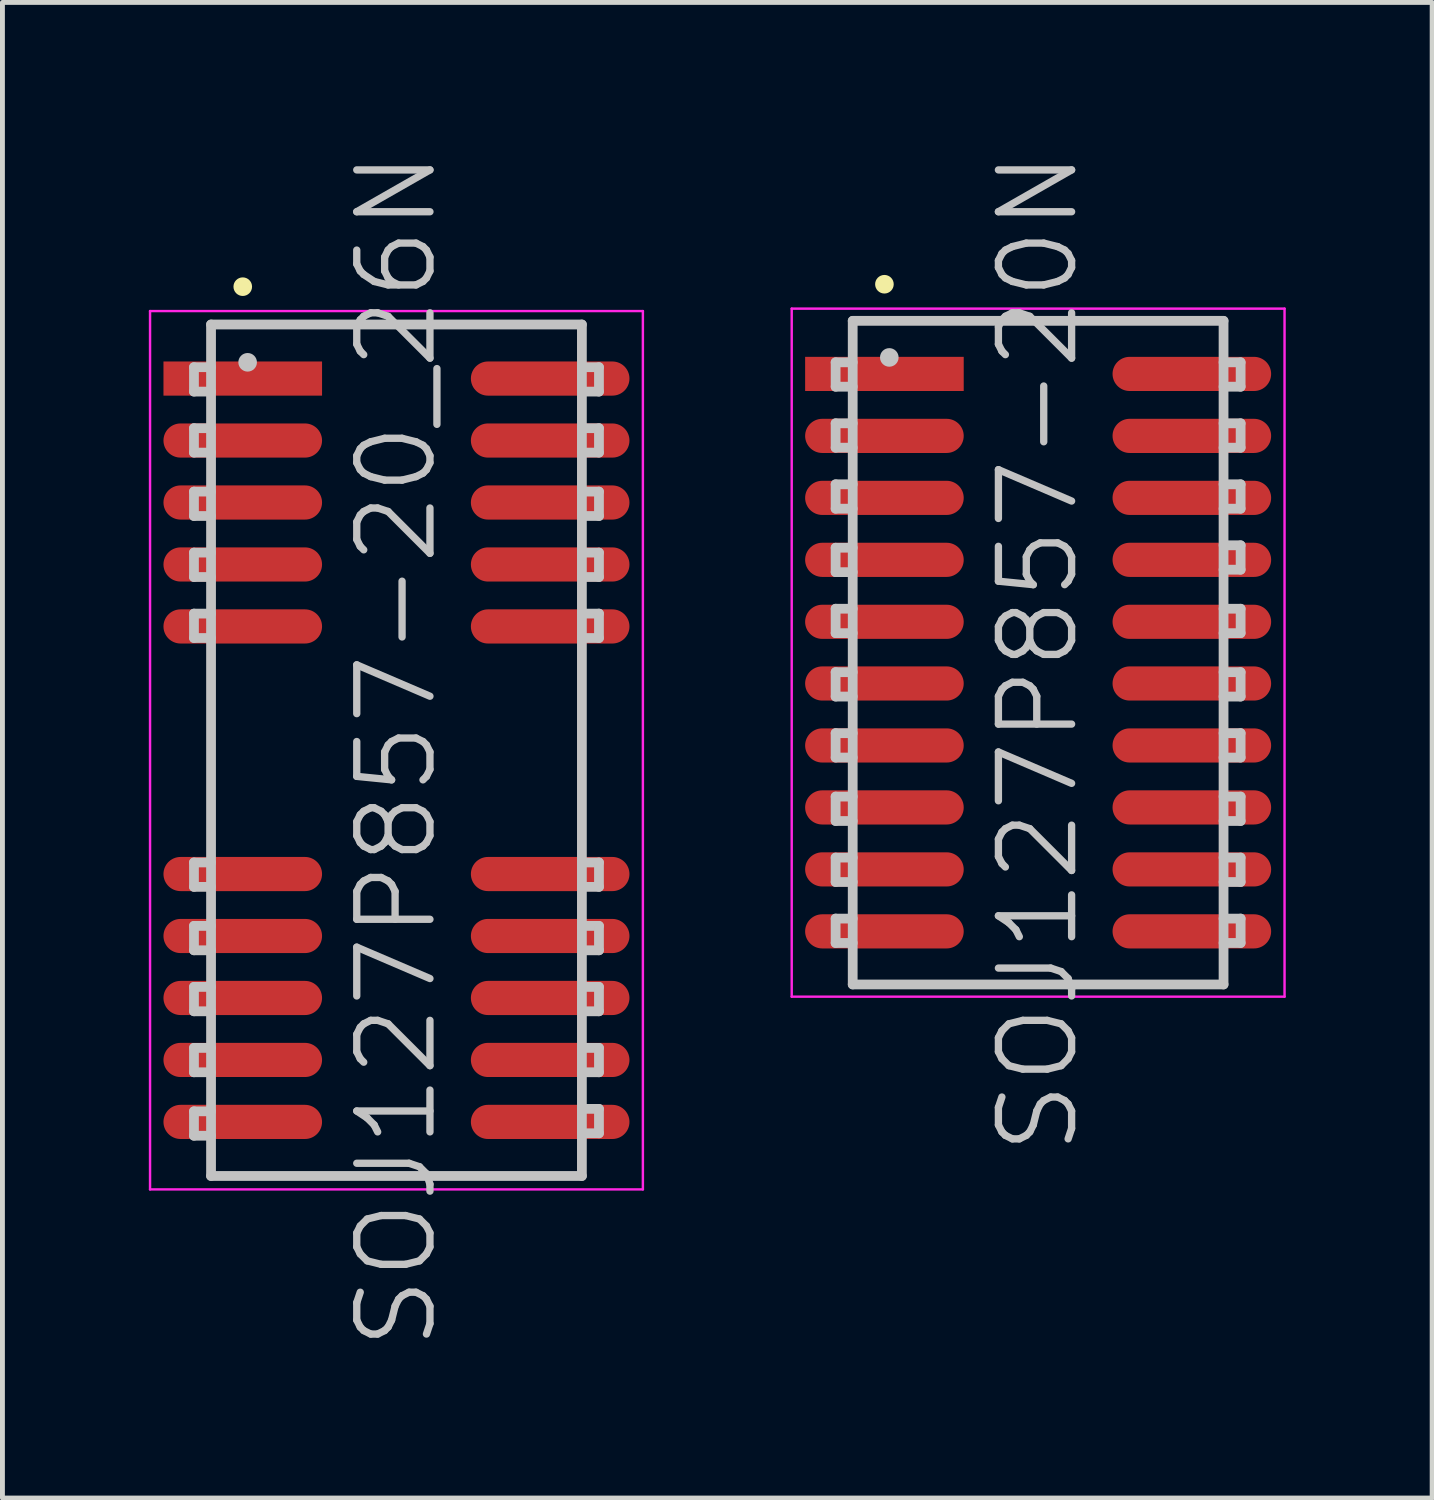
<source format=kicad_pcb>
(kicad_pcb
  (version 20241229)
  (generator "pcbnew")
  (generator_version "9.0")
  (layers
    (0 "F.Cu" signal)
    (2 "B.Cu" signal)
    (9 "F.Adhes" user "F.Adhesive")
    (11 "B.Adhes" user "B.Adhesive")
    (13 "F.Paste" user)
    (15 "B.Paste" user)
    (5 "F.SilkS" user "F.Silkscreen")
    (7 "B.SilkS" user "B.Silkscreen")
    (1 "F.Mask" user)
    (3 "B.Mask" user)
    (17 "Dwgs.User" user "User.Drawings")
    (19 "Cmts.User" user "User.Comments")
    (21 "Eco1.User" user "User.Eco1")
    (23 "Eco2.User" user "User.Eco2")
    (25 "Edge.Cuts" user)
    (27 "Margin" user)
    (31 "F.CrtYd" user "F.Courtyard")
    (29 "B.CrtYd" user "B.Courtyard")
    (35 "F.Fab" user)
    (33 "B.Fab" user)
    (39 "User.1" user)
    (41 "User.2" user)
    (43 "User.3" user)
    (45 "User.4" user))
  (footprint "SOJ127P857-20N"
    (layer "F.Cu")
    (at 18.225 10.325)
    (property "Reference" "SOJ127P857-20N" (at 0 0 90) (layer "Dwgs.User") (effects (font (size 1.5 1.5) (thickness 0.15))))
    (attr smd)
    (fp_line (start -3.15 -7.55) (end -3.15 -7.55) (stroke (width 0.381) (type solid)) (layer "F.SilkS"))
    (fp_line (start -4.15 -5.95) (end -4.15 -5.45) (stroke (width 0.2) (type solid)) (layer "Dwgs.User"))
    (fp_line (start -4.15 -5.45) (end -3.8 -5.45) (stroke (width 0.2) (type solid)) (layer "Dwgs.User"))
    (fp_line (start -4.15 -4.7) (end -4.15 -4.2) (stroke (width 0.2) (type solid)) (layer "Dwgs.User"))
    (fp_line (start -4.15 -4.2) (end -3.8 -4.2) (stroke (width 0.2) (type solid)) (layer "Dwgs.User"))
    (fp_line (start -4.15 -3.45) (end -4.15 -2.95) (stroke (width 0.2) (type solid)) (layer "Dwgs.User"))
    (fp_line (start -4.15 -2.95) (end -3.8 -2.95) (stroke (width 0.2) (type solid)) (layer "Dwgs.User"))
    (fp_line (start -4.15 -2.15) (end -4.15 -1.65) (stroke (width 0.2) (type solid)) (layer "Dwgs.User"))
    (fp_line (start -4.15 -1.65) (end -3.8 -1.65) (stroke (width 0.2) (type solid)) (layer "Dwgs.User"))
    (fp_line (start -4.15 -0.9) (end -4.15 -0.4) (stroke (width 0.2) (type solid)) (layer "Dwgs.User"))
    (fp_line (start -4.15 -0.4) (end -3.8 -0.4) (stroke (width 0.2) (type solid)) (layer "Dwgs.User"))
    (fp_line (start -4.15 0.4) (end -4.15 0.9) (stroke (width 0.2) (type solid)) (layer "Dwgs.User"))
    (fp_line (start -4.15 0.9) (end -3.8 0.9) (stroke (width 0.2) (type solid)) (layer "Dwgs.User"))
    (fp_line (start -4.15 1.65) (end -4.15 2.15) (stroke (width 0.2) (type solid)) (layer "Dwgs.User"))
    (fp_line (start -4.15 2.15) (end -3.8 2.15) (stroke (width 0.2) (type solid)) (layer "Dwgs.User"))
    (fp_line (start -4.15 2.95) (end -4.15 3.45) (stroke (width 0.2) (type solid)) (layer "Dwgs.User"))
    (fp_line (start -4.15 3.45) (end -3.8 3.45) (stroke (width 0.2) (type solid)) (layer "Dwgs.User"))
    (fp_line (start -4.15 4.2) (end -4.15 4.7) (stroke (width 0.2) (type solid)) (layer "Dwgs.User"))
    (fp_line (start -4.15 4.7) (end -3.8 4.7) (stroke (width 0.2) (type solid)) (layer "Dwgs.User"))
    (fp_line (start -4.15 5.45) (end -4.15 5.95) (stroke (width 0.2) (type solid)) (layer "Dwgs.User"))
    (fp_line (start -4.15 5.95) (end -3.8 5.95) (stroke (width 0.2) (type solid)) (layer "Dwgs.User"))
    (fp_line (start -3.8 -6.8) (end -3.8 6.8) (stroke (width 0.2) (type solid)) (layer "Dwgs.User"))
    (fp_line (start -3.8 -6.8) (end 3.8 -6.8) (stroke (width 0.2) (type solid)) (layer "Dwgs.User"))
    (fp_line (start -3.8 -5.95) (end -4.15 -5.95) (stroke (width 0.2) (type solid)) (layer "Dwgs.User"))
    (fp_line (start -3.8 -4.7) (end -4.15 -4.7) (stroke (width 0.2) (type solid)) (layer "Dwgs.User"))
    (fp_line (start -3.8 -3.45) (end -4.15 -3.45) (stroke (width 0.2) (type solid)) (layer "Dwgs.User"))
    (fp_line (start -3.8 -2.15) (end -4.15 -2.15) (stroke (width 0.2) (type solid)) (layer "Dwgs.User"))
    (fp_line (start -3.8 -0.9) (end -4.15 -0.9) (stroke (width 0.2) (type solid)) (layer "Dwgs.User"))
    (fp_line (start -3.8 0.4) (end -4.15 0.4) (stroke (width 0.2) (type solid)) (layer "Dwgs.User"))
    (fp_line (start -3.8 1.65) (end -4.15 1.65) (stroke (width 0.2) (type solid)) (layer "Dwgs.User"))
    (fp_line (start -3.8 2.95) (end -4.15 2.95) (stroke (width 0.2) (type solid)) (layer "Dwgs.User"))
    (fp_line (start -3.8 4.2) (end -4.15 4.2) (stroke (width 0.2) (type solid)) (layer "Dwgs.User"))
    (fp_line (start -3.8 5.45) (end -4.15 5.45) (stroke (width 0.2) (type solid)) (layer "Dwgs.User"))
    (fp_line (start -3.8 6.8) (end 3.8 6.8) (stroke (width 0.2) (type solid)) (layer "Dwgs.User"))
    (fp_line (start -3.05 -6.05) (end -3.05 -6.05) (stroke (width 0.381) (type solid)) (layer "Dwgs.User"))
    (fp_line (start 3.8 -6.8) (end 3.8 6.8) (stroke (width 0.2) (type solid)) (layer "Dwgs.User"))
    (fp_line (start 3.8 -5.95) (end 4.15 -5.95) (stroke (width 0.2) (type solid)) (layer "Dwgs.User"))
    (fp_line (start 3.8 -4.7) (end 4.15 -4.7) (stroke (width 0.2) (type solid)) (layer "Dwgs.User"))
    (fp_line (start 3.8 -3.45) (end 4.15 -3.45) (stroke (width 0.2) (type solid)) (layer "Dwgs.User"))
    (fp_line (start 3.8 -2.2) (end 4.15 -2.2) (stroke (width 0.2) (type solid)) (layer "Dwgs.User"))
    (fp_line (start 3.8 -0.9) (end 4.15 -0.9) (stroke (width 0.2) (type solid)) (layer "Dwgs.User"))
    (fp_line (start 3.8 0.4) (end 4.15 0.4) (stroke (width 0.2) (type solid)) (layer "Dwgs.User"))
    (fp_line (start 3.8 1.65) (end 4.15 1.65) (stroke (width 0.2) (type solid)) (layer "Dwgs.User"))
    (fp_line (start 3.8 2.95) (end 4.15 2.95) (stroke (width 0.2) (type solid)) (layer "Dwgs.User"))
    (fp_line (start 3.8 4.2) (end 4.15 4.2) (stroke (width 0.2) (type solid)) (layer "Dwgs.User"))
    (fp_line (start 3.8 5.45) (end 4.15 5.45) (stroke (width 0.2) (type solid)) (layer "Dwgs.User"))
    (fp_line (start 4.15 -5.95) (end 4.15 -5.45) (stroke (width 0.2) (type solid)) (layer "Dwgs.User"))
    (fp_line (start 4.15 -5.45) (end 3.8 -5.45) (stroke (width 0.2) (type solid)) (layer "Dwgs.User"))
    (fp_line (start 4.15 -4.7) (end 4.15 -4.2) (stroke (width 0.2) (type solid)) (layer "Dwgs.User"))
    (fp_line (start 4.15 -4.2) (end 3.8 -4.2) (stroke (width 0.2) (type solid)) (layer "Dwgs.User"))
    (fp_line (start 4.15 -3.45) (end 4.15 -2.95) (stroke (width 0.2) (type solid)) (layer "Dwgs.User"))
    (fp_line (start 4.15 -2.95) (end 3.8 -2.95) (stroke (width 0.2) (type solid)) (layer "Dwgs.User"))
    (fp_line (start 4.15 -2.2) (end 4.15 -1.7) (stroke (width 0.2) (type solid)) (layer "Dwgs.User"))
    (fp_line (start 4.15 -1.7) (end 3.8 -1.7) (stroke (width 0.2) (type solid)) (layer "Dwgs.User"))
    (fp_line (start 4.15 -0.9) (end 4.15 -0.4) (stroke (width 0.2) (type solid)) (layer "Dwgs.User"))
    (fp_line (start 4.15 -0.4) (end 3.8 -0.4) (stroke (width 0.2) (type solid)) (layer "Dwgs.User"))
    (fp_line (start 4.15 0.4) (end 4.15 0.9) (stroke (width 0.2) (type solid)) (layer "Dwgs.User"))
    (fp_line (start 4.15 0.9) (end 3.8 0.9) (stroke (width 0.2) (type solid)) (layer "Dwgs.User"))
    (fp_line (start 4.15 1.65) (end 4.15 2.15) (stroke (width 0.2) (type solid)) (layer "Dwgs.User"))
    (fp_line (start 4.15 2.15) (end 3.8 2.15) (stroke (width 0.2) (type solid)) (layer "Dwgs.User"))
    (fp_line (start 4.15 2.95) (end 4.15 3.45) (stroke (width 0.2) (type solid)) (layer "Dwgs.User"))
    (fp_line (start 4.15 3.45) (end 3.8 3.45) (stroke (width 0.2) (type solid)) (layer "Dwgs.User"))
    (fp_line (start 4.15 4.2) (end 4.15 4.7) (stroke (width 0.2) (type solid)) (layer "Dwgs.User"))
    (fp_line (start 4.15 4.7) (end 3.8 4.7) (stroke (width 0.2) (type solid)) (layer "Dwgs.User"))
    (fp_line (start 4.15 5.45) (end 4.15 5.95) (stroke (width 0.2) (type solid)) (layer "Dwgs.User"))
    (fp_line (start 4.15 5.95) (end 3.8 5.95) (stroke (width 0.2) (type solid)) (layer "Dwgs.User"))
    (fp_line (start -5.05 -7.05) (end -5.05 7.05) (stroke (width 0.05) (type solid)) (layer "F.CrtYd"))
    (fp_line (start -5.05 -7.05) (end 5.05 -7.05) (stroke (width 0.05) (type solid)) (layer "F.CrtYd"))
    (fp_line (start -5.05 7.05) (end 5.05 7.05) (stroke (width 0.05) (type solid)) (layer "F.CrtYd"))
    (fp_line (start 5.05 -7.05) (end 5.05 7.05) (stroke (width 0.05) (type solid)) (layer "F.CrtYd"))
    (pad "1" smd rect (at -3.15 -5.712 90) (size 0.7 3.25) (layers "F.Cu" "F.Mask" "F.Paste"))
    (pad "2" smd oval (at -3.15 -4.442 90) (size 0.7 3.25) (layers "F.Cu" "F.Mask" "F.Paste"))
    (pad "3" smd oval (at -3.15 -3.172 90) (size 0.7 3.25) (layers "F.Cu" "F.Mask" "F.Paste"))
    (pad "4" smd oval (at -3.15 -1.902 90) (size 0.7 3.25) (layers "F.Cu" "F.Mask" "F.Paste"))
    (pad "5" smd oval (at -3.15 -0.632 90) (size 0.7 3.25) (layers "F.Cu" "F.Mask" "F.Paste"))
    (pad "6" smd oval (at -3.15 0.632 90) (size 0.7 3.25) (layers "F.Cu" "F.Mask" "F.Paste"))
    (pad "7" smd oval (at -3.15 1.902 90) (size 0.7 3.25) (layers "F.Cu" "F.Mask" "F.Paste"))
    (pad "8" smd oval (at -3.15 3.172 90) (size 0.7 3.25) (layers "F.Cu" "F.Mask" "F.Paste"))
    (pad "9" smd oval (at -3.15 4.442 90) (size 0.7 3.25) (layers "F.Cu" "F.Mask" "F.Paste"))
    (pad "10" smd oval (at -3.15 5.712 90) (size 0.7 3.25) (layers "F.Cu" "F.Mask" "F.Paste"))
    (pad "11" smd oval (at 3.15 5.712 270) (size 0.7 3.25) (layers "F.Cu" "F.Mask" "F.Paste"))
    (pad "12" smd oval (at 3.15 4.442 270) (size 0.7 3.25) (layers "F.Cu" "F.Mask" "F.Paste"))
    (pad "13" smd oval (at 3.15 3.172 270) (size 0.7 3.25) (layers "F.Cu" "F.Mask" "F.Paste"))
    (pad "14" smd oval (at 3.15 1.902 270) (size 0.7 3.25) (layers "F.Cu" "F.Mask" "F.Paste"))
    (pad "15" smd oval (at 3.15 0.632 270) (size 0.7 3.25) (layers "F.Cu" "F.Mask" "F.Paste"))
    (pad "16" smd oval (at 3.15 -0.632 270) (size 0.7 3.25) (layers "F.Cu" "F.Mask" "F.Paste"))
    (pad "17" smd oval (at 3.15 -1.902 270) (size 0.7 3.25) (layers "F.Cu" "F.Mask" "F.Paste"))
    (pad "18" smd oval (at 3.15 -3.172 270) (size 0.7 3.25) (layers "F.Cu" "F.Mask" "F.Paste"))
    (pad "19" smd oval (at 3.15 -4.442 270) (size 0.7 3.25) (layers "F.Cu" "F.Mask" "F.Paste"))
    (pad "20" smd oval (at 3.15 -5.712 270) (size 0.7 3.25) (layers "F.Cu" "F.Mask" "F.Paste")))
  (footprint "SOJ127P857-20_26N"
    (layer "F.Cu")
    (at 5.075 12.325)
    (property "Reference" "SOJ127P857-20_26N" (at 0 0 90) (layer "Dwgs.User") (effects (font (size 1.5 1.5) (thickness 0.15))))
    (attr smd)
    (fp_line (start -3.15 -9.5) (end -3.15 -9.5) (stroke (width 0.381) (type solid)) (layer "F.SilkS"))
    (fp_line (start -4.15 -7.85) (end -4.15 -7.35) (stroke (width 0.2) (type solid)) (layer "Dwgs.User"))
    (fp_line (start -4.15 -7.35) (end -3.8 -7.35) (stroke (width 0.2) (type solid)) (layer "Dwgs.User"))
    (fp_line (start -4.15 -6.6) (end -4.15 -6.1) (stroke (width 0.2) (type solid)) (layer "Dwgs.User"))
    (fp_line (start -4.15 -6.1) (end -3.8 -6.1) (stroke (width 0.2) (type solid)) (layer "Dwgs.User"))
    (fp_line (start -4.15 -5.3) (end -4.15 -4.8) (stroke (width 0.2) (type solid)) (layer "Dwgs.User"))
    (fp_line (start -4.15 -4.8) (end -3.8 -4.8) (stroke (width 0.2) (type solid)) (layer "Dwgs.User"))
    (fp_line (start -4.15 -4.05) (end -4.15 -3.55) (stroke (width 0.2) (type solid)) (layer "Dwgs.User"))
    (fp_line (start -4.15 -3.55) (end -3.8 -3.55) (stroke (width 0.2) (type solid)) (layer "Dwgs.User"))
    (fp_line (start -4.15 -2.8) (end -4.15 -2.3) (stroke (width 0.2) (type solid)) (layer "Dwgs.User"))
    (fp_line (start -4.15 -2.3) (end -3.8 -2.3) (stroke (width 0.2) (type solid)) (layer "Dwgs.User"))
    (fp_line (start -4.15 2.3) (end -4.15 2.8) (stroke (width 0.2) (type solid)) (layer "Dwgs.User"))
    (fp_line (start -4.15 2.8) (end -3.8 2.8) (stroke (width 0.2) (type solid)) (layer "Dwgs.User"))
    (fp_line (start -4.15 3.6) (end -4.15 4.1) (stroke (width 0.2) (type solid)) (layer "Dwgs.User"))
    (fp_line (start -4.15 4.1) (end -3.8 4.1) (stroke (width 0.2) (type solid)) (layer "Dwgs.User"))
    (fp_line (start -4.15 4.85) (end -4.15 5.35) (stroke (width 0.2) (type solid)) (layer "Dwgs.User"))
    (fp_line (start -4.15 5.35) (end -3.8 5.35) (stroke (width 0.2) (type solid)) (layer "Dwgs.User"))
    (fp_line (start -4.15 6.1) (end -4.15 6.6) (stroke (width 0.2) (type solid)) (layer "Dwgs.User"))
    (fp_line (start -4.15 6.6) (end -3.8 6.6) (stroke (width 0.2) (type solid)) (layer "Dwgs.User"))
    (fp_line (start -4.15 7.4) (end -4.15 7.9) (stroke (width 0.2) (type solid)) (layer "Dwgs.User"))
    (fp_line (start -4.15 7.9) (end -3.8 7.9) (stroke (width 0.2) (type solid)) (layer "Dwgs.User"))
    (fp_line (start -3.8 -8.725) (end -3.8 8.725) (stroke (width 0.2) (type solid)) (layer "Dwgs.User"))
    (fp_line (start -3.8 -8.725) (end 3.8 -8.725) (stroke (width 0.2) (type solid)) (layer "Dwgs.User"))
    (fp_line (start -3.8 -7.85) (end -4.15 -7.85) (stroke (width 0.2) (type solid)) (layer "Dwgs.User"))
    (fp_line (start -3.8 -6.6) (end -4.15 -6.6) (stroke (width 0.2) (type solid)) (layer "Dwgs.User"))
    (fp_line (start -3.8 -5.3) (end -4.15 -5.3) (stroke (width 0.2) (type solid)) (layer "Dwgs.User"))
    (fp_line (start -3.8 -4.05) (end -4.15 -4.05) (stroke (width 0.2) (type solid)) (layer "Dwgs.User"))
    (fp_line (start -3.8 -2.8) (end -4.15 -2.8) (stroke (width 0.2) (type solid)) (layer "Dwgs.User"))
    (fp_line (start -3.8 2.3) (end -4.15 2.3) (stroke (width 0.2) (type solid)) (layer "Dwgs.User"))
    (fp_line (start -3.8 3.6) (end -4.15 3.6) (stroke (width 0.2) (type solid)) (layer "Dwgs.User"))
    (fp_line (start -3.8 4.85) (end -4.15 4.85) (stroke (width 0.2) (type solid)) (layer "Dwgs.User"))
    (fp_line (start -3.8 6.1) (end -4.15 6.1) (stroke (width 0.2) (type solid)) (layer "Dwgs.User"))
    (fp_line (start -3.8 7.4) (end -4.15 7.4) (stroke (width 0.2) (type solid)) (layer "Dwgs.User"))
    (fp_line (start -3.8 8.725) (end 3.8 8.725) (stroke (width 0.2) (type solid)) (layer "Dwgs.User"))
    (fp_line (start -3.05 -7.95) (end -3.05 -7.95) (stroke (width 0.381) (type solid)) (layer "Dwgs.User"))
    (fp_line (start 3.8 -8.725) (end 3.8 8.725) (stroke (width 0.2) (type solid)) (layer "Dwgs.User"))
    (fp_line (start 3.8 -7.85) (end 4.15 -7.85) (stroke (width 0.2) (type solid)) (layer "Dwgs.User"))
    (fp_line (start 3.8 -6.6) (end 4.15 -6.6) (stroke (width 0.2) (type solid)) (layer "Dwgs.User"))
    (fp_line (start 3.8 -5.3) (end 4.15 -5.3) (stroke (width 0.2) (type solid)) (layer "Dwgs.User"))
    (fp_line (start 3.8 -4.05) (end 4.15 -4.05) (stroke (width 0.2) (type solid)) (layer "Dwgs.User"))
    (fp_line (start 3.8 -2.8) (end 4.15 -2.8) (stroke (width 0.2) (type solid)) (layer "Dwgs.User"))
    (fp_line (start 3.8 2.3) (end 4.15 2.3) (stroke (width 0.2) (type solid)) (layer "Dwgs.User"))
    (fp_line (start 3.8 3.6) (end 4.15 3.6) (stroke (width 0.2) (type solid)) (layer "Dwgs.User"))
    (fp_line (start 3.8 4.85) (end 4.15 4.85) (stroke (width 0.2) (type solid)) (layer "Dwgs.User"))
    (fp_line (start 3.8 6.1) (end 4.15 6.1) (stroke (width 0.2) (type solid)) (layer "Dwgs.User"))
    (fp_line (start 3.8 7.35) (end 4.15 7.35) (stroke (width 0.2) (type solid)) (layer "Dwgs.User"))
    (fp_line (start 4.15 -7.85) (end 4.15 -7.35) (stroke (width 0.2) (type solid)) (layer "Dwgs.User"))
    (fp_line (start 4.15 -7.35) (end 3.8 -7.35) (stroke (width 0.2) (type solid)) (layer "Dwgs.User"))
    (fp_line (start 4.15 -6.6) (end 4.15 -6.1) (stroke (width 0.2) (type solid)) (layer "Dwgs.User"))
    (fp_line (start 4.15 -6.1) (end 3.8 -6.1) (stroke (width 0.2) (type solid)) (layer "Dwgs.User"))
    (fp_line (start 4.15 -5.3) (end 4.15 -4.8) (stroke (width 0.2) (type solid)) (layer "Dwgs.User"))
    (fp_line (start 4.15 -4.8) (end 3.8 -4.8) (stroke (width 0.2) (type solid)) (layer "Dwgs.User"))
    (fp_line (start 4.15 -4.05) (end 4.15 -3.55) (stroke (width 0.2) (type solid)) (layer "Dwgs.User"))
    (fp_line (start 4.15 -3.55) (end 3.8 -3.55) (stroke (width 0.2) (type solid)) (layer "Dwgs.User"))
    (fp_line (start 4.15 -2.8) (end 4.15 -2.3) (stroke (width 0.2) (type solid)) (layer "Dwgs.User"))
    (fp_line (start 4.15 -2.3) (end 3.8 -2.3) (stroke (width 0.2) (type solid)) (layer "Dwgs.User"))
    (fp_line (start 4.15 2.3) (end 4.15 2.8) (stroke (width 0.2) (type solid)) (layer "Dwgs.User"))
    (fp_line (start 4.15 2.8) (end 3.8 2.8) (stroke (width 0.2) (type solid)) (layer "Dwgs.User"))
    (fp_line (start 4.15 3.6) (end 4.15 4.1) (stroke (width 0.2) (type solid)) (layer "Dwgs.User"))
    (fp_line (start 4.15 4.1) (end 3.8 4.1) (stroke (width 0.2) (type solid)) (layer "Dwgs.User"))
    (fp_line (start 4.15 4.85) (end 4.15 5.35) (stroke (width 0.2) (type solid)) (layer "Dwgs.User"))
    (fp_line (start 4.15 5.35) (end 3.8 5.35) (stroke (width 0.2) (type solid)) (layer "Dwgs.User"))
    (fp_line (start 4.15 6.1) (end 4.15 6.6) (stroke (width 0.2) (type solid)) (layer "Dwgs.User"))
    (fp_line (start 4.15 6.6) (end 3.8 6.6) (stroke (width 0.2) (type solid)) (layer "Dwgs.User"))
    (fp_line (start 4.15 7.35) (end 4.15 7.85) (stroke (width 0.2) (type solid)) (layer "Dwgs.User"))
    (fp_line (start 4.15 7.85) (end 3.8 7.85) (stroke (width 0.2) (type solid)) (layer "Dwgs.User"))
    (fp_line (start -5.05 -9) (end -5.05 9) (stroke (width 0.05) (type solid)) (layer "F.CrtYd"))
    (fp_line (start -5.05 -9) (end 5.05 -9) (stroke (width 0.05) (type solid)) (layer "F.CrtYd"))
    (fp_line (start -5.05 9) (end 5.05 9) (stroke (width 0.05) (type solid)) (layer "F.CrtYd"))
    (fp_line (start 5.05 -9) (end 5.05 9) (stroke (width 0.05) (type solid)) (layer "F.CrtYd"))
    (pad "1" smd rect (at -3.15 -7.617 90) (size 0.7 3.25) (layers "F.Cu" "F.Mask" "F.Paste"))
    (pad "2" smd oval (at -3.15 -6.347 90) (size 0.7 3.25) (layers "F.Cu" "F.Mask" "F.Paste"))
    (pad "3" smd oval (at -3.15 -5.077 90) (size 0.7 3.25) (layers "F.Cu" "F.Mask" "F.Paste"))
    (pad "4" smd oval (at -3.15 -3.807 90) (size 0.7 3.25) (layers "F.Cu" "F.Mask" "F.Paste"))
    (pad "5" smd oval (at -3.15 -2.537 90) (size 0.7 3.25) (layers "F.Cu" "F.Mask" "F.Paste"))
    (pad "6" smd oval (at -3.15 2.537 90) (size 0.7 3.25) (layers "F.Cu" "F.Mask" "F.Paste"))
    (pad "7" smd oval (at -3.15 3.807 90) (size 0.7 3.25) (layers "F.Cu" "F.Mask" "F.Paste"))
    (pad "8" smd oval (at -3.15 5.077 90) (size 0.7 3.25) (layers "F.Cu" "F.Mask" "F.Paste"))
    (pad "9" smd oval (at -3.15 6.347 90) (size 0.7 3.25) (layers "F.Cu" "F.Mask" "F.Paste"))
    (pad "10" smd oval (at -3.15 7.617 90) (size 0.7 3.25) (layers "F.Cu" "F.Mask" "F.Paste"))
    (pad "11" smd oval (at 3.15 7.617 270) (size 0.7 3.25) (layers "F.Cu" "F.Mask" "F.Paste"))
    (pad "12" smd oval (at 3.15 6.347 270) (size 0.7 3.25) (layers "F.Cu" "F.Mask" "F.Paste"))
    (pad "13" smd oval (at 3.15 5.077 270) (size 0.7 3.25) (layers "F.Cu" "F.Mask" "F.Paste"))
    (pad "14" smd oval (at 3.15 3.807 270) (size 0.7 3.25) (layers "F.Cu" "F.Mask" "F.Paste"))
    (pad "15" smd oval (at 3.15 2.537 270) (size 0.7 3.25) (layers "F.Cu" "F.Mask" "F.Paste"))
    (pad "16" smd oval (at 3.15 -2.537 270) (size 0.7 3.25) (layers "F.Cu" "F.Mask" "F.Paste"))
    (pad "17" smd oval (at 3.15 -3.807 270) (size 0.7 3.25) (layers "F.Cu" "F.Mask" "F.Paste"))
    (pad "18" smd oval (at 3.15 -5.077 270) (size 0.7 3.25) (layers "F.Cu" "F.Mask" "F.Paste"))
    (pad "19" smd oval (at 3.15 -6.347 270) (size 0.7 3.25) (layers "F.Cu" "F.Mask" "F.Paste"))
    (pad "20" smd oval (at 3.15 -7.617 270) (size 0.7 3.25) (layers "F.Cu" "F.Mask" "F.Paste")))
  (gr_rect
    (start -3 -3)
    (end 26.3 27.65)
    (stroke (width 0.1) (type default))
    (fill no)
    (layer "Edge.Cuts")))
</source>
